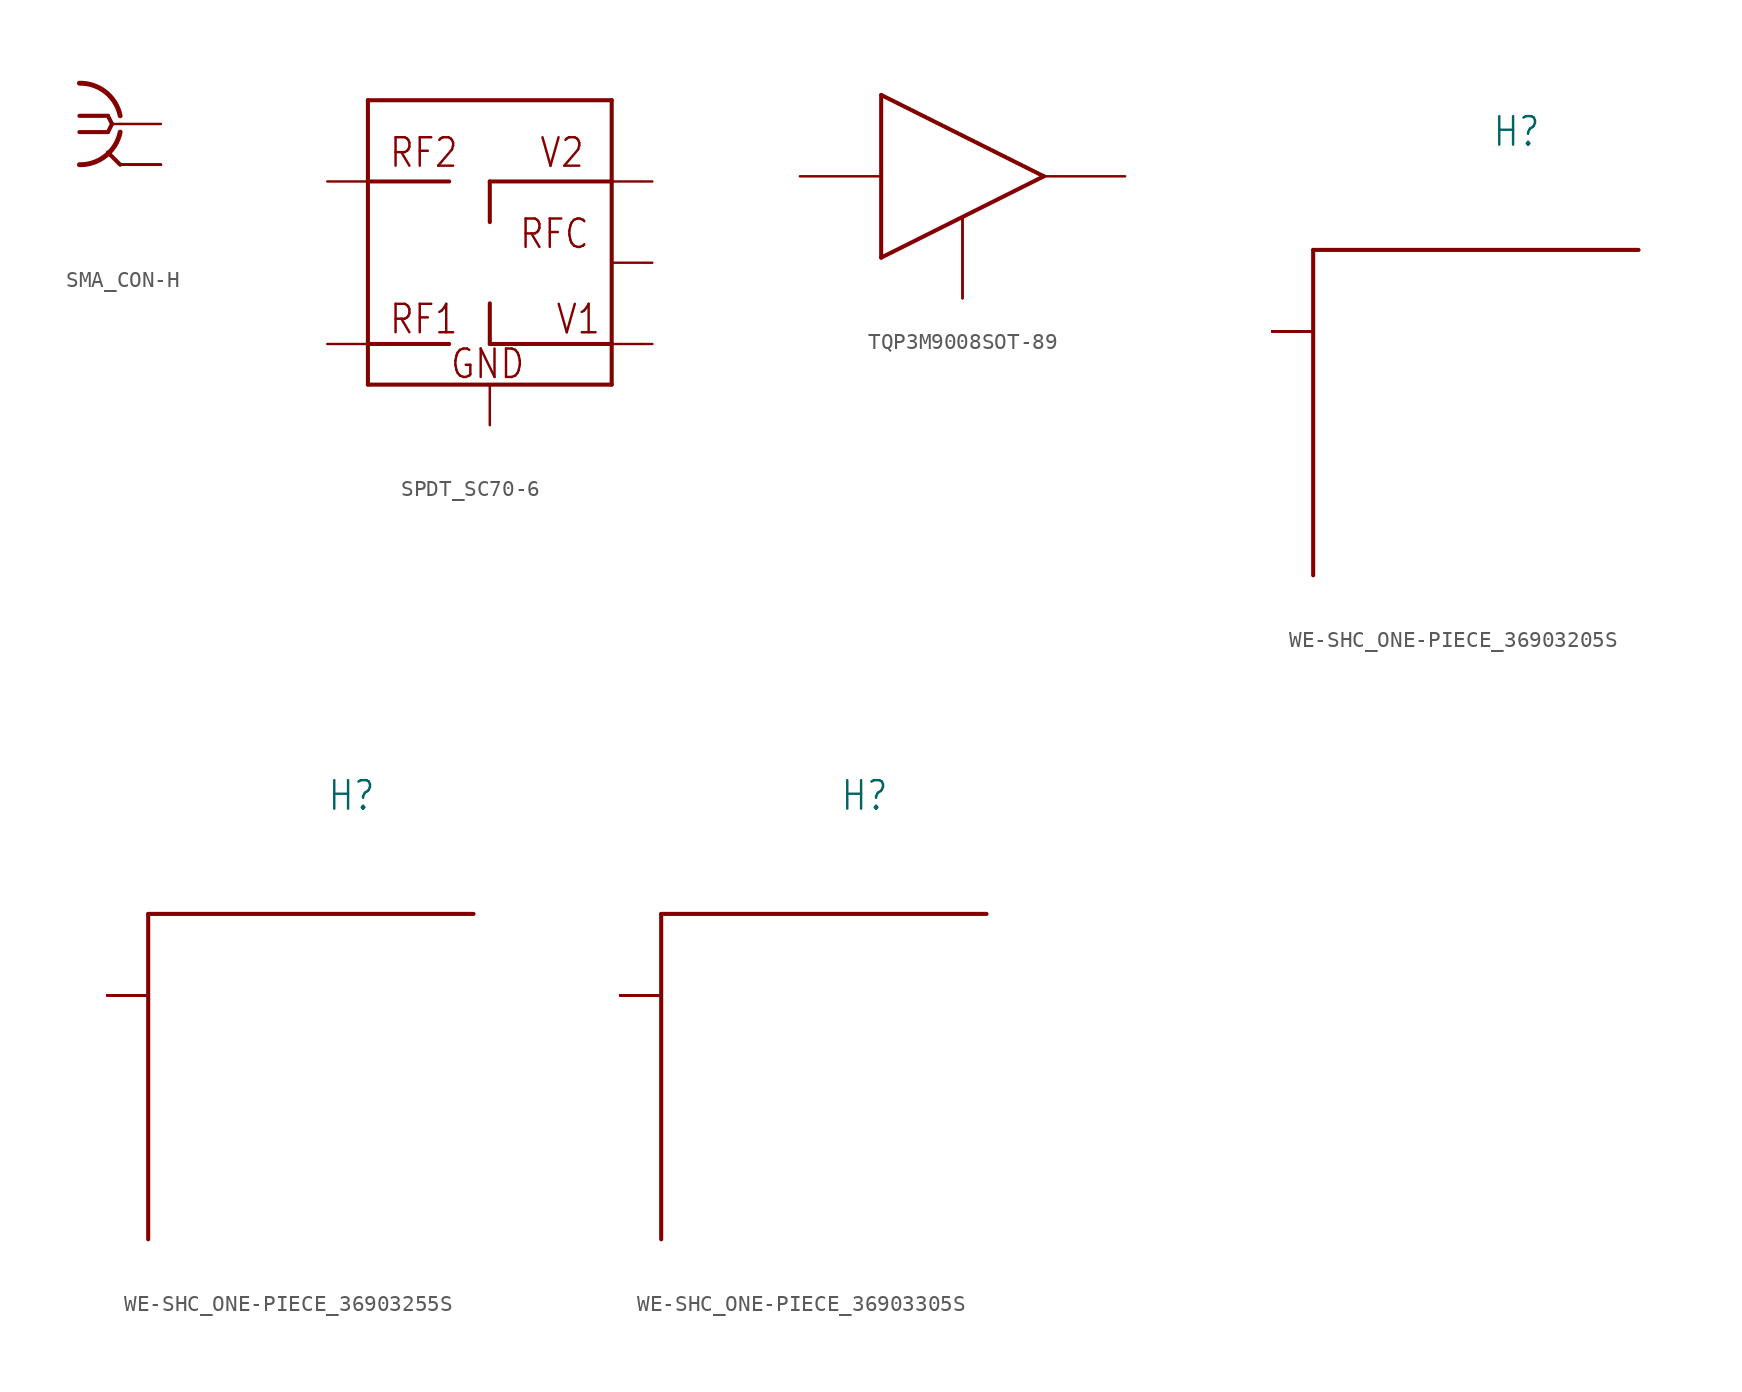
<source format=kicad_sym>
(kicad_symbol_lib
  (version 20231120)
  (generator "kicad_symbol_editor")
  (generator_version "8.0")
  (symbol "SMA_CON-H"
    (property "Reference" ""
      (at -2.54 3.302 0)
      (effects (font (size 1.778 1.511)) (justify left bottom) (hide yes)))
    (property "Value" ""
      (at -2.54 -7.62 0)
      (effects (font (size 1.778 1.511)) (justify left bottom)))
    (property "ki_locked" ""
      (at 0 0 0)
      (effects (font (size 1.27 1.27))))
    (symbol "SMA_CON-H_1_0"
      (arc (start -2.54 -2.54) (mid -0.9022 -1.9838) (end 0 -0.508) (stroke (width 0.3048) (type solid)) (fill (type none)))
      (polyline (pts (xy -2.54 0.508) (xy -0.762 0.508)) (stroke (width 0.254) (type solid)) (fill (type none)))
      (polyline (pts (xy -0.762 -0.508) (xy -2.54 -0.508)) (stroke (width 0.254) (type solid)) (fill (type none)))
      (polyline (pts (xy -0.762 0.508) (xy -0.508 0)) (stroke (width 0.254) (type solid)) (fill (type none)))
      (polyline (pts (xy -0.508 0) (xy -0.762 -0.508)) (stroke (width 0.254) (type solid)) (fill (type none)))
      (polyline (pts (xy 0 -2.54) (xy -0.762 -1.778)) (stroke (width 0.254) (type solid)) (fill (type none)))
      (polyline (pts (xy 0 0) (xy -0.508 0)) (stroke (width 0.152) (type solid)) (fill (type none)))
      (arc (start 0 0.508) (mid -0.9022 1.9838) (end -2.54 2.54) (stroke (width 0.3048) (type solid)) (fill (type none)))
      (pin passive line (at 2.54 0 180) (length 2.54) (name "1" (effects (font (size 0 0)))) (number "1" (effects (font (size 0 0)))))
      (pin passive line (at 2.54 -2.54 180) (length 2.54) (name "GND@1" (effects (font (size 0 0)))) (number "2" (effects (font (size 0 0)))))
      (pin passive line (at 2.54 -2.54 180) (length 2.54) (name "GND@1" (effects (font (size 0 0)))) (number "3" (effects (font (size 0 0)))))
      (pin passive line (at 2.54 -2.54 180) (length 2.54) (name "GND@1" (effects (font (size 0 0)))) (number "4" (effects (font (size 0 0)))))
      (pin passive line (at 2.54 -2.54 180) (length 2.54) (name "GND@1" (effects (font (size 0 0)))) (number "5" (effects (font (size 0 0)))))))
  (symbol "SPDT_SC70-6"
    (property "Reference" ""
      (at -1.778 11.176 0)
      (effects (font (size 1.778 1.511)) (justify left bottom) (hide yes)))
    (property "Value" ""
      (at -10.414 -10.922 0)
      (effects (font (size 1.778 1.511)) (justify left bottom)))
    (property "ki_locked" ""
      (at 0 0 0)
      (effects (font (size 1.27 1.27))))
    (symbol "SPDT_SC70-6_1_0"
      (polyline (pts (xy -5.08 -7.62) (xy 10.16 -7.62)) (stroke (width 0.254) (type solid)) (fill (type none)))
      (polyline (pts (xy -5.08 -5.08) (xy -5.08 -7.62)) (stroke (width 0.254) (type solid)) (fill (type none)))
      (polyline (pts (xy -5.08 -5.08) (xy 0 -5.08)) (stroke (width 0.254) (type solid)) (fill (type none)))
      (polyline (pts (xy -5.08 5.08) (xy -5.08 -5.08)) (stroke (width 0.254) (type solid)) (fill (type none)))
      (polyline (pts (xy -5.08 5.08) (xy 0 5.08)) (stroke (width 0.254) (type solid)) (fill (type none)))
      (polyline (pts (xy -5.08 10.16) (xy -5.08 5.08)) (stroke (width 0.254) (type solid)) (fill (type none)))
      (polyline (pts (xy 2.54 -5.08) (xy 2.54 -2.54)) (stroke (width 0.254) (type solid)) (fill (type none)))
      (polyline (pts (xy 2.54 5.08) (xy 2.54 2.54)) (stroke (width 0.254) (type solid)) (fill (type none)))
      (polyline (pts (xy 10.16 -7.62) (xy 10.16 -5.08)) (stroke (width 0.254) (type solid)) (fill (type none)))
      (polyline (pts (xy 10.16 -5.08) (xy 2.54 -5.08)) (stroke (width 0.254) (type solid)) (fill (type none)))
      (polyline (pts (xy 10.16 -5.08) (xy 10.16 5.08)) (stroke (width 0.254) (type solid)) (fill (type none)))
      (polyline (pts (xy 10.16 5.08) (xy 2.54 5.08)) (stroke (width 0.254) (type solid)) (fill (type none)))
      (polyline (pts (xy 10.16 5.08) (xy 10.16 10.16)) (stroke (width 0.254) (type solid)) (fill (type none)))
      (polyline (pts (xy 10.16 10.16) (xy -5.08 10.16)) (stroke (width 0.254) (type solid)) (fill (type none)))
      (text "GND" (at 0 -7.366 0) (effects (font (size 1.778 1.511)) (justify left bottom)))
      (text "RF1" (at -3.81 -4.572 0) (effects (font (size 1.778 1.511)) (justify left bottom)))
      (text "RF2" (at -3.81 5.842 0) (effects (font (size 1.778 1.511)) (justify left bottom)))
      (text "RFC" (at 4.318 0.762 0) (effects (font (size 1.778 1.511)) (justify left bottom)))
      (text "V1" (at 6.604 -4.572 0) (effects (font (size 1.778 1.511)) (justify left bottom)))
      (text "V2" (at 5.588 5.842 0) (effects (font (size 1.778 1.511)) (justify left bottom)))
      (pin bidirectional line (at -7.62 -5.08 0) (length 2.54) (name "RF1" (effects (font (size 0 0)))) (number "1" (effects (font (size 0 0)))))
      (pin bidirectional line (at 2.54 -10.16 90) (length 2.54) (name "GND" (effects (font (size 0 0)))) (number "2" (effects (font (size 0 0)))))
      (pin bidirectional line (at -7.62 5.08 0) (length 2.54) (name "RF2" (effects (font (size 0 0)))) (number "3" (effects (font (size 0 0)))))
      (pin bidirectional line (at 12.7 5.08 180) (length 2.54) (name "V2" (effects (font (size 0 0)))) (number "4" (effects (font (size 0 0)))))
      (pin bidirectional line (at 12.7 0 180) (length 2.54) (name "RFC" (effects (font (size 0 0)))) (number "5" (effects (font (size 0 0)))))
      (pin bidirectional line (at 12.7 -5.08 180) (length 2.54) (name "V1" (effects (font (size 0 0)))) (number "6" (effects (font (size 0 0)))))))
  (symbol "TQP3M9008SOT-89"
    (property "Reference" ""
      (at 0 0 0)
      (effects (font (size 1.27 1.27)) (hide yes)))
    (property "Value" ""
      (at 0 5.08 0)
      (effects (font (size 1.778 1.511)) (justify left bottom)))
    (property "ki_locked" ""
      (at 0 0 0)
      (effects (font (size 1.27 1.27))))
    (symbol "TQP3M9008SOT-89_1_0"
      (polyline (pts (xy -2.54 5.08) (xy -2.54 -5.08)) (stroke (width 0.254) (type solid)) (fill (type none)))
      (polyline (pts (xy -2.54 5.08) (xy 7.62 0)) (stroke (width 0.254) (type solid)) (fill (type none)))
      (polyline (pts (xy 7.62 0) (xy -2.54 -5.08)) (stroke (width 0.254) (type solid)) (fill (type none)))
      (pin bidirectional line (at -7.62 0 0) (length 5.08) (name "IN" (effects (font (size 0 0)))) (number "1" (effects (font (size 0 0)))))
      (pin bidirectional line (at 2.54 -7.62 90) (length 5.08) (name "GND" (effects (font (size 0 0)))) (number "2" (effects (font (size 0 0)))))
      (pin bidirectional line (at 2.54 -7.62 90) (length 5.08) (name "GND" (effects (font (size 0 0)))) (number "2@1" (effects (font (size 0 0)))))
      (pin bidirectional line (at 12.7 0 180) (length 5.08) (name "OUT" (effects (font (size 0 0)))) (number "3" (effects (font (size 0 0)))))))
  (symbol "WE-SHC_ONE-PIECE_36903205S"
    (property "Reference" "H"
      (at 5.08 13.97 0)
      (effects (font (size 1.778 1.511)) (justify bottom)))
    (property "Value" ""
      (at 0 10.16 0)
      (effects (font (size 1.778 1.511)) (justify left bottom)))
    (property "ki_locked" ""
      (at 0 0 0)
      (effects (font (size 1.27 1.27))))
    (symbol "WE-SHC_ONE-PIECE_36903205S_1_0"
      (polyline (pts (xy -7.62 7.62) (xy -7.62 -12.7)) (stroke (width 0.254) (type solid)) (fill (type none)))
      (polyline (pts (xy 12.7 7.62) (xy -7.62 7.62)) (stroke (width 0.254) (type solid)) (fill (type none)))
      (pin power_in line (at -10.16 2.54 0) (length 2.54) (name "GND" (effects (font (size 0 0)))) (number "1" (effects (font (size 0 0)))))
      (pin power_in line (at -10.16 2.54 0) (length 2.54) (name "GND" (effects (font (size 0 0)))) (number "10" (effects (font (size 0 0)))))
      (pin power_in line (at -10.16 2.54 0) (length 2.54) (name "GND" (effects (font (size 0 0)))) (number "11" (effects (font (size 0 0)))))
      (pin power_in line (at -10.16 2.54 0) (length 2.54) (name "GND" (effects (font (size 0 0)))) (number "12" (effects (font (size 0 0)))))
      (pin power_in line (at -10.16 2.54 0) (length 2.54) (name "GND" (effects (font (size 0 0)))) (number "13" (effects (font (size 0 0)))))
      (pin power_in line (at -10.16 2.54 0) (length 2.54) (name "GND" (effects (font (size 0 0)))) (number "14" (effects (font (size 0 0)))))
      (pin power_in line (at -10.16 2.54 0) (length 2.54) (name "GND" (effects (font (size 0 0)))) (number "15" (effects (font (size 0 0)))))
      (pin power_in line (at -10.16 2.54 0) (length 2.54) (name "GND" (effects (font (size 0 0)))) (number "16" (effects (font (size 0 0)))))
      (pin power_in line (at -10.16 2.54 0) (length 2.54) (name "GND" (effects (font (size 0 0)))) (number "2" (effects (font (size 0 0)))))
      (pin power_in line (at -10.16 2.54 0) (length 2.54) (name "GND" (effects (font (size 0 0)))) (number "3" (effects (font (size 0 0)))))
      (pin power_in line (at -10.16 2.54 0) (length 2.54) (name "GND" (effects (font (size 0 0)))) (number "4" (effects (font (size 0 0)))))
      (pin power_in line (at -10.16 2.54 0) (length 2.54) (name "GND" (effects (font (size 0 0)))) (number "5" (effects (font (size 0 0)))))
      (pin power_in line (at -10.16 2.54 0) (length 2.54) (name "GND" (effects (font (size 0 0)))) (number "6" (effects (font (size 0 0)))))
      (pin power_in line (at -10.16 2.54 0) (length 2.54) (name "GND" (effects (font (size 0 0)))) (number "7" (effects (font (size 0 0)))))
      (pin power_in line (at -10.16 2.54 0) (length 2.54) (name "GND" (effects (font (size 0 0)))) (number "8" (effects (font (size 0 0)))))
      (pin power_in line (at -10.16 2.54 0) (length 2.54) (name "GND" (effects (font (size 0 0)))) (number "9" (effects (font (size 0 0)))))))
  (symbol "WE-SHC_ONE-PIECE_36903255S"
    (property "Reference" "H"
      (at 5.08 13.97 0)
      (effects (font (size 1.778 1.511)) (justify bottom)))
    (property "Value" ""
      (at 0 10.16 0)
      (effects (font (size 1.778 1.511)) (justify left bottom)))
    (property "ki_locked" ""
      (at 0 0 0)
      (effects (font (size 1.27 1.27))))
    (symbol "WE-SHC_ONE-PIECE_36903255S_1_0"
      (polyline (pts (xy -7.62 7.62) (xy -7.62 -12.7)) (stroke (width 0.254) (type solid)) (fill (type none)))
      (polyline (pts (xy 12.7 7.62) (xy -7.62 7.62)) (stroke (width 0.254) (type solid)) (fill (type none)))
      (pin power_in line (at -10.16 2.54 0) (length 2.54) (name "GND" (effects (font (size 0 0)))) (number "1" (effects (font (size 0 0)))))
      (pin power_in line (at -10.16 2.54 0) (length 2.54) (name "GND" (effects (font (size 0 0)))) (number "10" (effects (font (size 0 0)))))
      (pin power_in line (at -10.16 2.54 0) (length 2.54) (name "GND" (effects (font (size 0 0)))) (number "11" (effects (font (size 0 0)))))
      (pin power_in line (at -10.16 2.54 0) (length 2.54) (name "GND" (effects (font (size 0 0)))) (number "12" (effects (font (size 0 0)))))
      (pin power_in line (at -10.16 2.54 0) (length 2.54) (name "GND" (effects (font (size 0 0)))) (number "13" (effects (font (size 0 0)))))
      (pin power_in line (at -10.16 2.54 0) (length 2.54) (name "GND" (effects (font (size 0 0)))) (number "14" (effects (font (size 0 0)))))
      (pin power_in line (at -10.16 2.54 0) (length 2.54) (name "GND" (effects (font (size 0 0)))) (number "15" (effects (font (size 0 0)))))
      (pin power_in line (at -10.16 2.54 0) (length 2.54) (name "GND" (effects (font (size 0 0)))) (number "16" (effects (font (size 0 0)))))
      (pin power_in line (at -10.16 2.54 0) (length 2.54) (name "GND" (effects (font (size 0 0)))) (number "17" (effects (font (size 0 0)))))
      (pin power_in line (at -10.16 2.54 0) (length 2.54) (name "GND" (effects (font (size 0 0)))) (number "18" (effects (font (size 0 0)))))
      (pin power_in line (at -10.16 2.54 0) (length 2.54) (name "GND" (effects (font (size 0 0)))) (number "19" (effects (font (size 0 0)))))
      (pin power_in line (at -10.16 2.54 0) (length 2.54) (name "GND" (effects (font (size 0 0)))) (number "2" (effects (font (size 0 0)))))
      (pin power_in line (at -10.16 2.54 0) (length 2.54) (name "GND" (effects (font (size 0 0)))) (number "20" (effects (font (size 0 0)))))
      (pin power_in line (at -10.16 2.54 0) (length 2.54) (name "GND" (effects (font (size 0 0)))) (number "3" (effects (font (size 0 0)))))
      (pin power_in line (at -10.16 2.54 0) (length 2.54) (name "GND" (effects (font (size 0 0)))) (number "4" (effects (font (size 0 0)))))
      (pin power_in line (at -10.16 2.54 0) (length 2.54) (name "GND" (effects (font (size 0 0)))) (number "5" (effects (font (size 0 0)))))
      (pin power_in line (at -10.16 2.54 0) (length 2.54) (name "GND" (effects (font (size 0 0)))) (number "6" (effects (font (size 0 0)))))
      (pin power_in line (at -10.16 2.54 0) (length 2.54) (name "GND" (effects (font (size 0 0)))) (number "7" (effects (font (size 0 0)))))
      (pin power_in line (at -10.16 2.54 0) (length 2.54) (name "GND" (effects (font (size 0 0)))) (number "8" (effects (font (size 0 0)))))
      (pin power_in line (at -10.16 2.54 0) (length 2.54) (name "GND" (effects (font (size 0 0)))) (number "9" (effects (font (size 0 0)))))))
  (symbol "WE-SHC_ONE-PIECE_36903305S"
    (property "Reference" "H"
      (at 5.08 13.97 0)
      (effects (font (size 1.778 1.511)) (justify bottom)))
    (property "Value" ""
      (at 0 10.16 0)
      (effects (font (size 1.778 1.511)) (justify left bottom)))
    (property "ki_locked" ""
      (at 0 0 0)
      (effects (font (size 1.27 1.27))))
    (symbol "WE-SHC_ONE-PIECE_36903305S_1_0"
      (polyline (pts (xy -7.62 7.62) (xy -7.62 -12.7)) (stroke (width 0.254) (type solid)) (fill (type none)))
      (polyline (pts (xy 12.7 7.62) (xy -7.62 7.62)) (stroke (width 0.254) (type solid)) (fill (type none)))
      (pin power_in line (at -10.16 2.54 0) (length 2.54) (name "GND" (effects (font (size 0 0)))) (number "1" (effects (font (size 0 0)))))
      (pin power_in line (at -10.16 2.54 0) (length 2.54) (name "GND" (effects (font (size 0 0)))) (number "10" (effects (font (size 0 0)))))
      (pin power_in line (at -10.16 2.54 0) (length 2.54) (name "GND" (effects (font (size 0 0)))) (number "11" (effects (font (size 0 0)))))
      (pin power_in line (at -10.16 2.54 0) (length 2.54) (name "GND" (effects (font (size 0 0)))) (number "12" (effects (font (size 0 0)))))
      (pin power_in line (at -10.16 2.54 0) (length 2.54) (name "GND" (effects (font (size 0 0)))) (number "13" (effects (font (size 0 0)))))
      (pin power_in line (at -10.16 2.54 0) (length 2.54) (name "GND" (effects (font (size 0 0)))) (number "14" (effects (font (size 0 0)))))
      (pin power_in line (at -10.16 2.54 0) (length 2.54) (name "GND" (effects (font (size 0 0)))) (number "15" (effects (font (size 0 0)))))
      (pin power_in line (at -10.16 2.54 0) (length 2.54) (name "GND" (effects (font (size 0 0)))) (number "16" (effects (font (size 0 0)))))
      (pin power_in line (at -10.16 2.54 0) (length 2.54) (name "GND" (effects (font (size 0 0)))) (number "17" (effects (font (size 0 0)))))
      (pin power_in line (at -10.16 2.54 0) (length 2.54) (name "GND" (effects (font (size 0 0)))) (number "18" (effects (font (size 0 0)))))
      (pin power_in line (at -10.16 2.54 0) (length 2.54) (name "GND" (effects (font (size 0 0)))) (number "19" (effects (font (size 0 0)))))
      (pin power_in line (at -10.16 2.54 0) (length 2.54) (name "GND" (effects (font (size 0 0)))) (number "2" (effects (font (size 0 0)))))
      (pin power_in line (at -10.16 2.54 0) (length 2.54) (name "GND" (effects (font (size 0 0)))) (number "20" (effects (font (size 0 0)))))
      (pin power_in line (at -10.16 2.54 0) (length 2.54) (name "GND" (effects (font (size 0 0)))) (number "21" (effects (font (size 0 0)))))
      (pin power_in line (at -10.16 2.54 0) (length 2.54) (name "GND" (effects (font (size 0 0)))) (number "22" (effects (font (size 0 0)))))
      (pin power_in line (at -10.16 2.54 0) (length 2.54) (name "GND" (effects (font (size 0 0)))) (number "23" (effects (font (size 0 0)))))
      (pin power_in line (at -10.16 2.54 0) (length 2.54) (name "GND" (effects (font (size 0 0)))) (number "24" (effects (font (size 0 0)))))
      (pin power_in line (at -10.16 2.54 0) (length 2.54) (name "GND" (effects (font (size 0 0)))) (number "3" (effects (font (size 0 0)))))
      (pin power_in line (at -10.16 2.54 0) (length 2.54) (name "GND" (effects (font (size 0 0)))) (number "4" (effects (font (size 0 0)))))
      (pin power_in line (at -10.16 2.54 0) (length 2.54) (name "GND" (effects (font (size 0 0)))) (number "5" (effects (font (size 0 0)))))
      (pin power_in line (at -10.16 2.54 0) (length 2.54) (name "GND" (effects (font (size 0 0)))) (number "6" (effects (font (size 0 0)))))
      (pin power_in line (at -10.16 2.54 0) (length 2.54) (name "GND" (effects (font (size 0 0)))) (number "7" (effects (font (size 0 0)))))
      (pin power_in line (at -10.16 2.54 0) (length 2.54) (name "GND" (effects (font (size 0 0)))) (number "8" (effects (font (size 0 0)))))
      (pin power_in line (at -10.16 2.54 0) (length 2.54) (name "GND" (effects (font (size 0 0)))) (number "9" (effects (font (size 0 0))))))))
</source>
